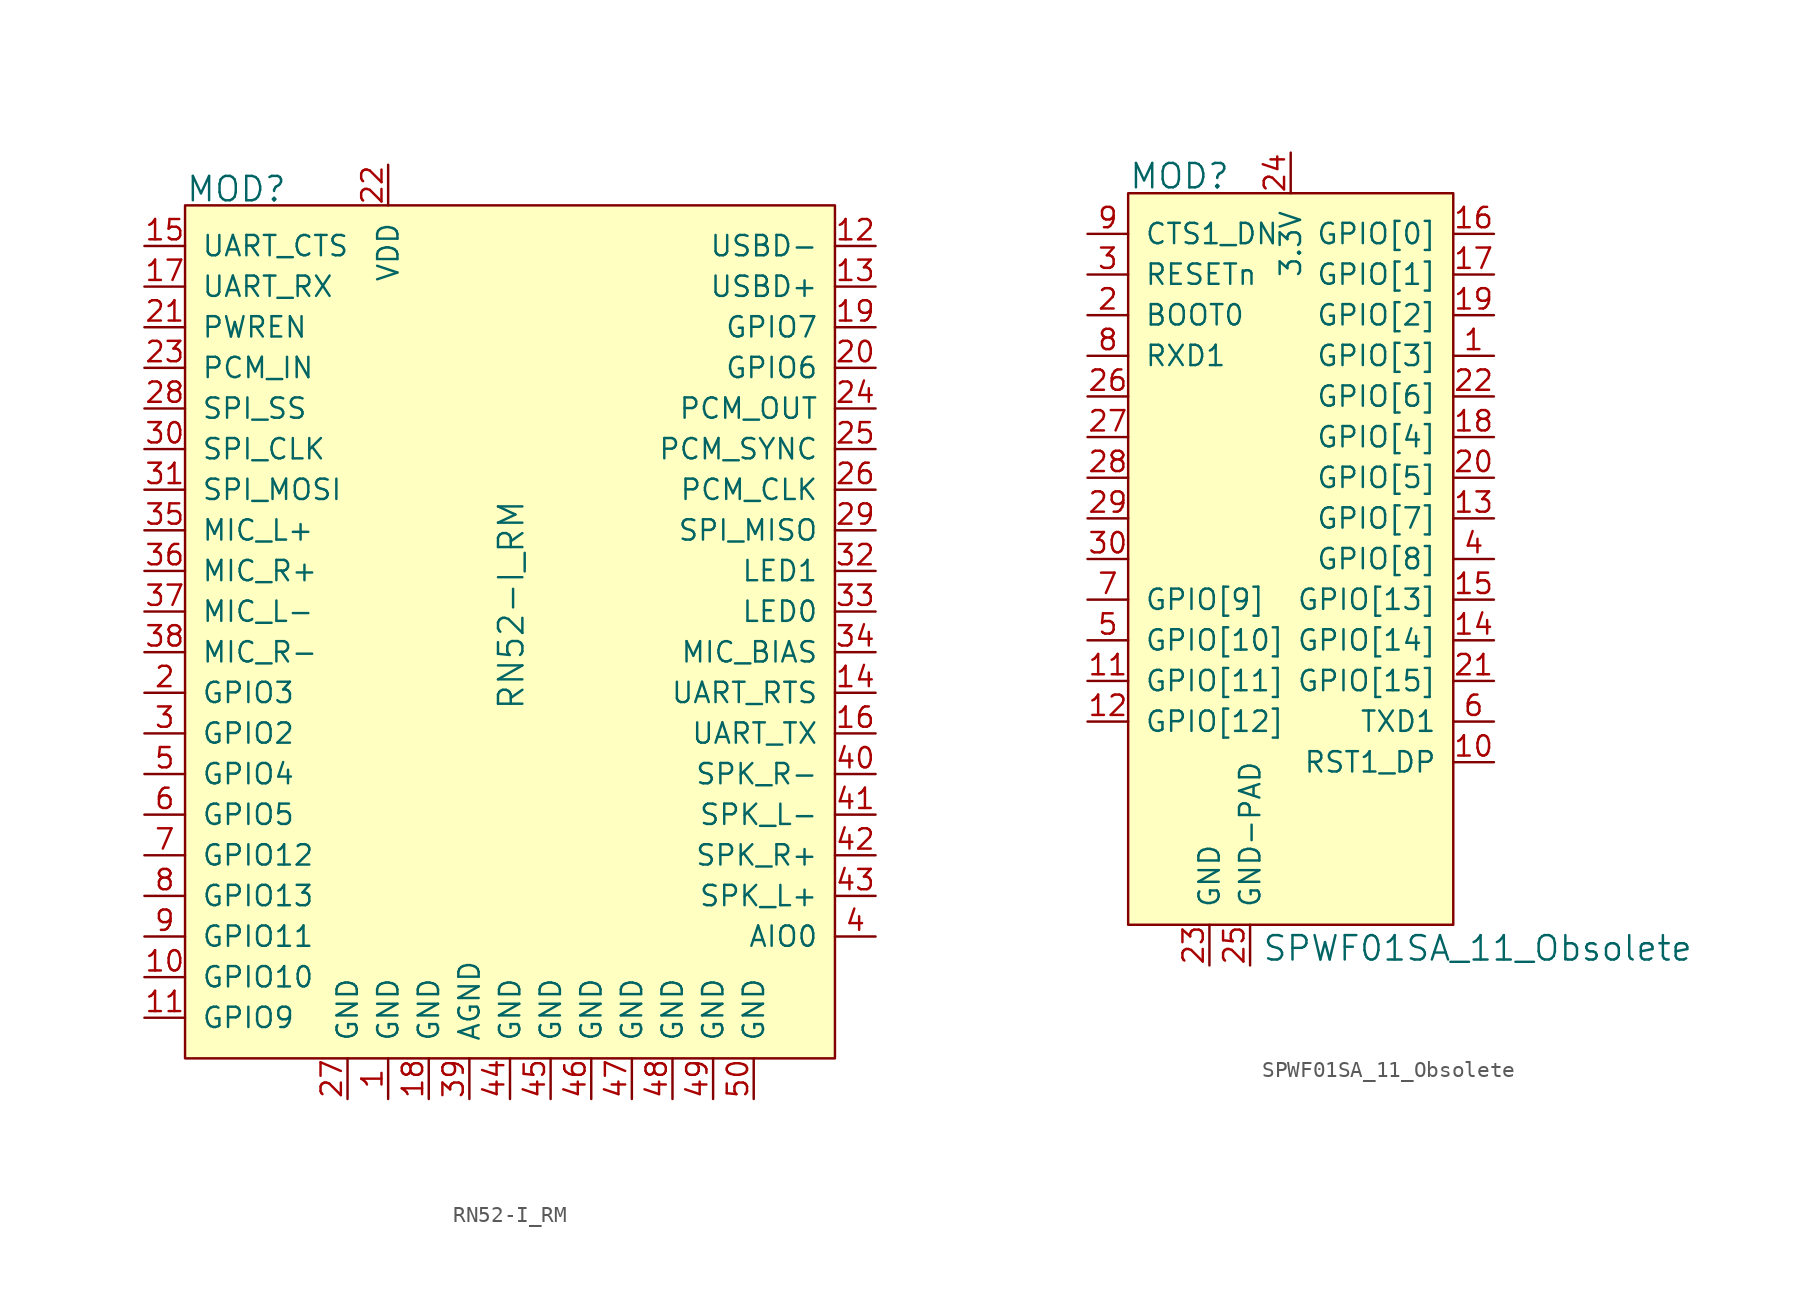
<source format=kicad_sym>
(kicad_symbol_lib
  (version 20231120)
  (generator "kicad_symbol_editor")
  (generator_version "8.0")
  (symbol "RN52-I_RM"
    (pin_names
      (offset 1.016))
    (property "Reference" "MOD"
      (at -20.295 16.256 0)
      (effects (font (size 1.524 1.524)) (justify left)))
    (property "Value" "RN52-I_RM"
      (at 0.076 -9.754 90)
      (effects (font (size 1.524 1.524))))
    (symbol "RN52-I_RM_0_1"
      (rectangle (start -20.32 15.24) (end 20.32 -38.1) (stroke (width 0) (type default)) (fill (type background))))
    (symbol "RN52-I_RM_1_1"
      (pin power_in line (at -7.62 -40.64 90) (length 2.54) (name "GND" (effects (font (size 1.27 1.27)))) (number "1" (effects (font (size 1.27 1.27)))))
      (pin bidirectional line (at -22.86 -33.02 0) (length 2.54) (name "GPIO10" (effects (font (size 1.27 1.27)))) (number "10" (effects (font (size 1.27 1.27)))))
      (pin bidirectional line (at -22.86 -35.56 0) (length 2.54) (name "GPIO9" (effects (font (size 1.27 1.27)))) (number "11" (effects (font (size 1.27 1.27)))))
      (pin bidirectional line (at 22.86 12.7 180) (length 2.54) (name "USBD-" (effects (font (size 1.27 1.27)))) (number "12" (effects (font (size 1.27 1.27)))))
      (pin bidirectional line (at 22.86 10.16 180) (length 2.54) (name "USBD+" (effects (font (size 1.27 1.27)))) (number "13" (effects (font (size 1.27 1.27)))))
      (pin tri_state line (at 22.86 -15.24 180) (length 2.54) (name "UART_RTS" (effects (font (size 1.27 1.27)))) (number "14" (effects (font (size 1.27 1.27)))))
      (pin input line (at -22.86 12.7 0) (length 2.54) (name "UART_CTS" (effects (font (size 1.27 1.27)))) (number "15" (effects (font (size 1.27 1.27)))))
      (pin tri_state line (at 22.86 -17.78 180) (length 2.54) (name "UART_TX" (effects (font (size 1.27 1.27)))) (number "16" (effects (font (size 1.27 1.27)))))
      (pin input line (at -22.86 10.16 0) (length 2.54) (name "UART_RX" (effects (font (size 1.27 1.27)))) (number "17" (effects (font (size 1.27 1.27)))))
      (pin input line (at -5.08 -40.64 90) (length 2.54) (name "GND" (effects (font (size 1.27 1.27)))) (number "18" (effects (font (size 1.27 1.27)))))
      (pin bidirectional line (at 22.86 7.62 180) (length 2.54) (name "GPIO7" (effects (font (size 1.27 1.27)))) (number "19" (effects (font (size 1.27 1.27)))))
      (pin bidirectional line (at -22.86 -15.24 0) (length 2.54) (name "GPIO3" (effects (font (size 1.27 1.27)))) (number "2" (effects (font (size 1.27 1.27)))))
      (pin bidirectional line (at 22.86 5.08 180) (length 2.54) (name "GPIO6" (effects (font (size 1.27 1.27)))) (number "20" (effects (font (size 1.27 1.27)))))
      (pin input line (at -22.86 7.62 0) (length 2.54) (name "PWREN" (effects (font (size 1.27 1.27)))) (number "21" (effects (font (size 1.27 1.27)))))
      (pin power_in line (at -7.62 17.78 270) (length 2.54) (name "VDD" (effects (font (size 1.27 1.27)))) (number "22" (effects (font (size 1.27 1.27)))))
      (pin input line (at -22.86 5.08 0) (length 2.54) (name "PCM_IN" (effects (font (size 1.27 1.27)))) (number "23" (effects (font (size 1.27 1.27)))))
      (pin output line (at 22.86 2.54 180) (length 2.54) (name "PCM_OUT" (effects (font (size 1.27 1.27)))) (number "24" (effects (font (size 1.27 1.27)))))
      (pin output line (at 22.86 0 180) (length 2.54) (name "PCM_SYNC" (effects (font (size 1.27 1.27)))) (number "25" (effects (font (size 1.27 1.27)))))
      (pin output line (at 22.86 -2.54 180) (length 2.54) (name "PCM_CLK" (effects (font (size 1.27 1.27)))) (number "26" (effects (font (size 1.27 1.27)))))
      (pin power_in line (at -10.16 -40.64 90) (length 2.54) (name "GND" (effects (font (size 1.27 1.27)))) (number "27" (effects (font (size 1.27 1.27)))))
      (pin input line (at -22.86 2.54 0) (length 2.54) (name "SPI_SS" (effects (font (size 1.27 1.27)))) (number "28" (effects (font (size 1.27 1.27)))))
      (pin output line (at 22.86 -5.08 180) (length 2.54) (name "SPI_MISO" (effects (font (size 1.27 1.27)))) (number "29" (effects (font (size 1.27 1.27)))))
      (pin bidirectional line (at -22.86 -17.78 0) (length 2.54) (name "GPIO2" (effects (font (size 1.27 1.27)))) (number "3" (effects (font (size 1.27 1.27)))))
      (pin input line (at -22.86 0 0) (length 2.54) (name "SPI_CLK" (effects (font (size 1.27 1.27)))) (number "30" (effects (font (size 1.27 1.27)))))
      (pin input line (at -22.86 -2.54 0) (length 2.54) (name "SPI_MOSI" (effects (font (size 1.27 1.27)))) (number "31" (effects (font (size 1.27 1.27)))))
      (pin output line (at 22.86 -7.62 180) (length 2.54) (name "LED1" (effects (font (size 1.27 1.27)))) (number "32" (effects (font (size 1.27 1.27)))))
      (pin output line (at 22.86 -10.16 180) (length 2.54) (name "LED0" (effects (font (size 1.27 1.27)))) (number "33" (effects (font (size 1.27 1.27)))))
      (pin output line (at 22.86 -12.7 180) (length 2.54) (name "MIC_BIAS" (effects (font (size 1.27 1.27)))) (number "34" (effects (font (size 1.27 1.27)))))
      (pin input line (at -22.86 -5.08 0) (length 2.54) (name "MIC_L+" (effects (font (size 1.27 1.27)))) (number "35" (effects (font (size 1.27 1.27)))))
      (pin input line (at -22.86 -7.62 0) (length 2.54) (name "MIC_R+" (effects (font (size 1.27 1.27)))) (number "36" (effects (font (size 1.27 1.27)))))
      (pin input line (at -22.86 -10.16 0) (length 2.54) (name "MIC_L-" (effects (font (size 1.27 1.27)))) (number "37" (effects (font (size 1.27 1.27)))))
      (pin input line (at -22.86 -12.7 0) (length 2.54) (name "MIC_R-" (effects (font (size 1.27 1.27)))) (number "38" (effects (font (size 1.27 1.27)))))
      (pin power_in line (at -2.54 -40.64 90) (length 2.54) (name "AGND" (effects (font (size 1.27 1.27)))) (number "39" (effects (font (size 1.27 1.27)))))
      (pin bidirectional line (at 22.86 -30.48 180) (length 2.54) (name "AIO0" (effects (font (size 1.27 1.27)))) (number "4" (effects (font (size 1.27 1.27)))))
      (pin output line (at 22.86 -20.32 180) (length 2.54) (name "SPK_R-" (effects (font (size 1.27 1.27)))) (number "40" (effects (font (size 1.27 1.27)))))
      (pin output line (at 22.86 -22.86 180) (length 2.54) (name "SPK_L-" (effects (font (size 1.27 1.27)))) (number "41" (effects (font (size 1.27 1.27)))))
      (pin output line (at 22.86 -25.4 180) (length 2.54) (name "SPK_R+" (effects (font (size 1.27 1.27)))) (number "42" (effects (font (size 1.27 1.27)))))
      (pin output line (at 22.86 -27.94 180) (length 2.54) (name "SPK_L+" (effects (font (size 1.27 1.27)))) (number "43" (effects (font (size 1.27 1.27)))))
      (pin power_in line (at 0 -40.64 90) (length 2.54) (name "GND" (effects (font (size 1.27 1.27)))) (number "44" (effects (font (size 1.27 1.27)))))
      (pin power_in line (at 2.54 -40.64 90) (length 2.54) (name "GND" (effects (font (size 1.27 1.27)))) (number "45" (effects (font (size 1.27 1.27)))))
      (pin power_in line (at 5.08 -40.64 90) (length 2.54) (name "GND" (effects (font (size 1.27 1.27)))) (number "46" (effects (font (size 1.27 1.27)))))
      (pin power_in line (at 7.62 -40.64 90) (length 2.54) (name "GND" (effects (font (size 1.27 1.27)))) (number "47" (effects (font (size 1.27 1.27)))))
      (pin power_in line (at 10.16 -40.64 90) (length 2.54) (name "GND" (effects (font (size 1.27 1.27)))) (number "48" (effects (font (size 1.27 1.27)))))
      (pin power_in line (at 12.7 -40.64 90) (length 2.54) (name "GND" (effects (font (size 1.27 1.27)))) (number "49" (effects (font (size 1.27 1.27)))))
      (pin bidirectional line (at -22.86 -20.32 0) (length 2.54) (name "GPIO4" (effects (font (size 1.27 1.27)))) (number "5" (effects (font (size 1.27 1.27)))))
      (pin power_in line (at 15.24 -40.64 90) (length 2.54) (name "GND" (effects (font (size 1.27 1.27)))) (number "50" (effects (font (size 1.27 1.27)))))
      (pin bidirectional line (at -22.86 -22.86 0) (length 2.54) (name "GPIO5" (effects (font (size 1.27 1.27)))) (number "6" (effects (font (size 1.27 1.27)))))
      (pin bidirectional line (at -22.86 -25.4 0) (length 2.54) (name "GPIO12" (effects (font (size 1.27 1.27)))) (number "7" (effects (font (size 1.27 1.27)))))
      (pin bidirectional line (at -22.86 -27.94 0) (length 2.54) (name "GPIO13" (effects (font (size 1.27 1.27)))) (number "8" (effects (font (size 1.27 1.27)))))
      (pin bidirectional line (at -22.86 -30.48 0) (length 2.54) (name "GPIO11" (effects (font (size 1.27 1.27)))) (number "9" (effects (font (size 1.27 1.27)))))))
  (symbol "SPWF01SA_11_Obsolete"
    (pin_names
      (offset 1.016))
    (property "Reference" "MOD"
      (at -10.135 6.147 0)
      (effects (font (size 1.524 1.524)) (justify left)))
    (property "Value" "SPWF01SA_11_Obsolete"
      (at -1.803 -42.113 0)
      (effects (font (size 1.524 1.524)) (justify left)))
    (symbol "SPWF01SA_11_Obsolete_0_1"
      (rectangle (start -10.16 5.08) (end 10.16 -40.64) (stroke (width 0) (type default)) (fill (type background))))
    (symbol "SPWF01SA_11_Obsolete_1_1"
      (pin bidirectional line (at 12.7 -5.08 180) (length 2.54) (name "GPIO[3]" (effects (font (size 1.27 1.27)))) (number "1" (effects (font (size 1.27 1.27)))))
      (pin output line (at 12.7 -30.48 180) (length 2.54) (name "RST1_DP" (effects (font (size 1.27 1.27)))) (number "10" (effects (font (size 1.27 1.27)))))
      (pin bidirectional line (at -12.7 -25.4 0) (length 2.54) (name "GPIO[11]" (effects (font (size 1.27 1.27)))) (number "11" (effects (font (size 1.27 1.27)))))
      (pin bidirectional line (at -12.7 -27.94 0) (length 2.54) (name "GPIO[12]" (effects (font (size 1.27 1.27)))) (number "12" (effects (font (size 1.27 1.27)))))
      (pin bidirectional line (at 12.7 -15.24 180) (length 2.54) (name "GPIO[7]" (effects (font (size 1.27 1.27)))) (number "13" (effects (font (size 1.27 1.27)))))
      (pin bidirectional line (at 12.7 -22.86 180) (length 2.54) (name "GPIO[14]" (effects (font (size 1.27 1.27)))) (number "14" (effects (font (size 1.27 1.27)))))
      (pin bidirectional line (at 12.7 -20.32 180) (length 2.54) (name "GPIO[13]" (effects (font (size 1.27 1.27)))) (number "15" (effects (font (size 1.27 1.27)))))
      (pin bidirectional line (at 12.7 2.54 180) (length 2.54) (name "GPIO[0]" (effects (font (size 1.27 1.27)))) (number "16" (effects (font (size 1.27 1.27)))))
      (pin bidirectional line (at 12.7 0 180) (length 2.54) (name "GPIO[1]" (effects (font (size 1.27 1.27)))) (number "17" (effects (font (size 1.27 1.27)))))
      (pin bidirectional line (at 12.7 -10.16 180) (length 2.54) (name "GPIO[4]" (effects (font (size 1.27 1.27)))) (number "18" (effects (font (size 1.27 1.27)))))
      (pin bidirectional line (at 12.7 -2.54 180) (length 2.54) (name "GPIO[2]" (effects (font (size 1.27 1.27)))) (number "19" (effects (font (size 1.27 1.27)))))
      (pin input line (at -12.7 -2.54 0) (length 2.54) (name "BOOT0" (effects (font (size 1.27 1.27)))) (number "2" (effects (font (size 1.27 1.27)))))
      (pin bidirectional line (at 12.7 -12.7 180) (length 2.54) (name "GPIO[5]" (effects (font (size 1.27 1.27)))) (number "20" (effects (font (size 1.27 1.27)))))
      (pin bidirectional line (at 12.7 -25.4 180) (length 2.54) (name "GPIO[15]" (effects (font (size 1.27 1.27)))) (number "21" (effects (font (size 1.27 1.27)))))
      (pin bidirectional line (at 12.7 -7.62 180) (length 2.54) (name "GPIO[6]" (effects (font (size 1.27 1.27)))) (number "22" (effects (font (size 1.27 1.27)))))
      (pin power_in line (at -5.08 -43.18 90) (length 2.54) (name "GND" (effects (font (size 1.27 1.27)))) (number "23" (effects (font (size 1.27 1.27)))))
      (pin power_in line (at 0 7.62 270) (length 2.54) (name "3.3V" (effects (font (size 1.27 1.27)))) (number "24" (effects (font (size 1.27 1.27)))))
      (pin power_in line (at -2.54 -43.18 90) (length 2.54) (name "GND-PAD" (effects (font (size 1.27 1.27)))) (number "25" (effects (font (size 1.27 1.27)))))
      (pin unspecified line (at -12.7 -7.62 0) (length 2.54) (name "~" (effects (font (size 1.27 1.27)))) (number "26" (effects (font (size 1.27 1.27)))))
      (pin unspecified line (at -12.7 -10.16 0) (length 2.54) (name "~" (effects (font (size 1.27 1.27)))) (number "27" (effects (font (size 1.27 1.27)))))
      (pin unspecified line (at -12.7 -12.7 0) (length 2.54) (name "~" (effects (font (size 1.27 1.27)))) (number "28" (effects (font (size 1.27 1.27)))))
      (pin unspecified line (at -12.7 -15.24 0) (length 2.54) (name "~" (effects (font (size 1.27 1.27)))) (number "29" (effects (font (size 1.27 1.27)))))
      (pin input line (at -12.7 0 0) (length 2.54) (name "RESETn" (effects (font (size 1.27 1.27)))) (number "3" (effects (font (size 1.27 1.27)))))
      (pin unspecified line (at -12.7 -17.78 0) (length 2.54) (name "~" (effects (font (size 1.27 1.27)))) (number "30" (effects (font (size 1.27 1.27)))))
      (pin bidirectional line (at 12.7 -17.78 180) (length 2.54) (name "GPIO[8]" (effects (font (size 1.27 1.27)))) (number "4" (effects (font (size 1.27 1.27)))))
      (pin bidirectional line (at -12.7 -22.86 0) (length 2.54) (name "GPIO[10]" (effects (font (size 1.27 1.27)))) (number "5" (effects (font (size 1.27 1.27)))))
      (pin output line (at 12.7 -27.94 180) (length 2.54) (name "TXD1" (effects (font (size 1.27 1.27)))) (number "6" (effects (font (size 1.27 1.27)))))
      (pin bidirectional line (at -12.7 -20.32 0) (length 2.54) (name "GPIO[9]" (effects (font (size 1.27 1.27)))) (number "7" (effects (font (size 1.27 1.27)))))
      (pin input line (at -12.7 -5.08 0) (length 2.54) (name "RXD1" (effects (font (size 1.27 1.27)))) (number "8" (effects (font (size 1.27 1.27)))))
      (pin input line (at -12.7 2.54 0) (length 2.54) (name "CTS1_DN" (effects (font (size 1.27 1.27)))) (number "9" (effects (font (size 1.27 1.27))))))))
</source>
